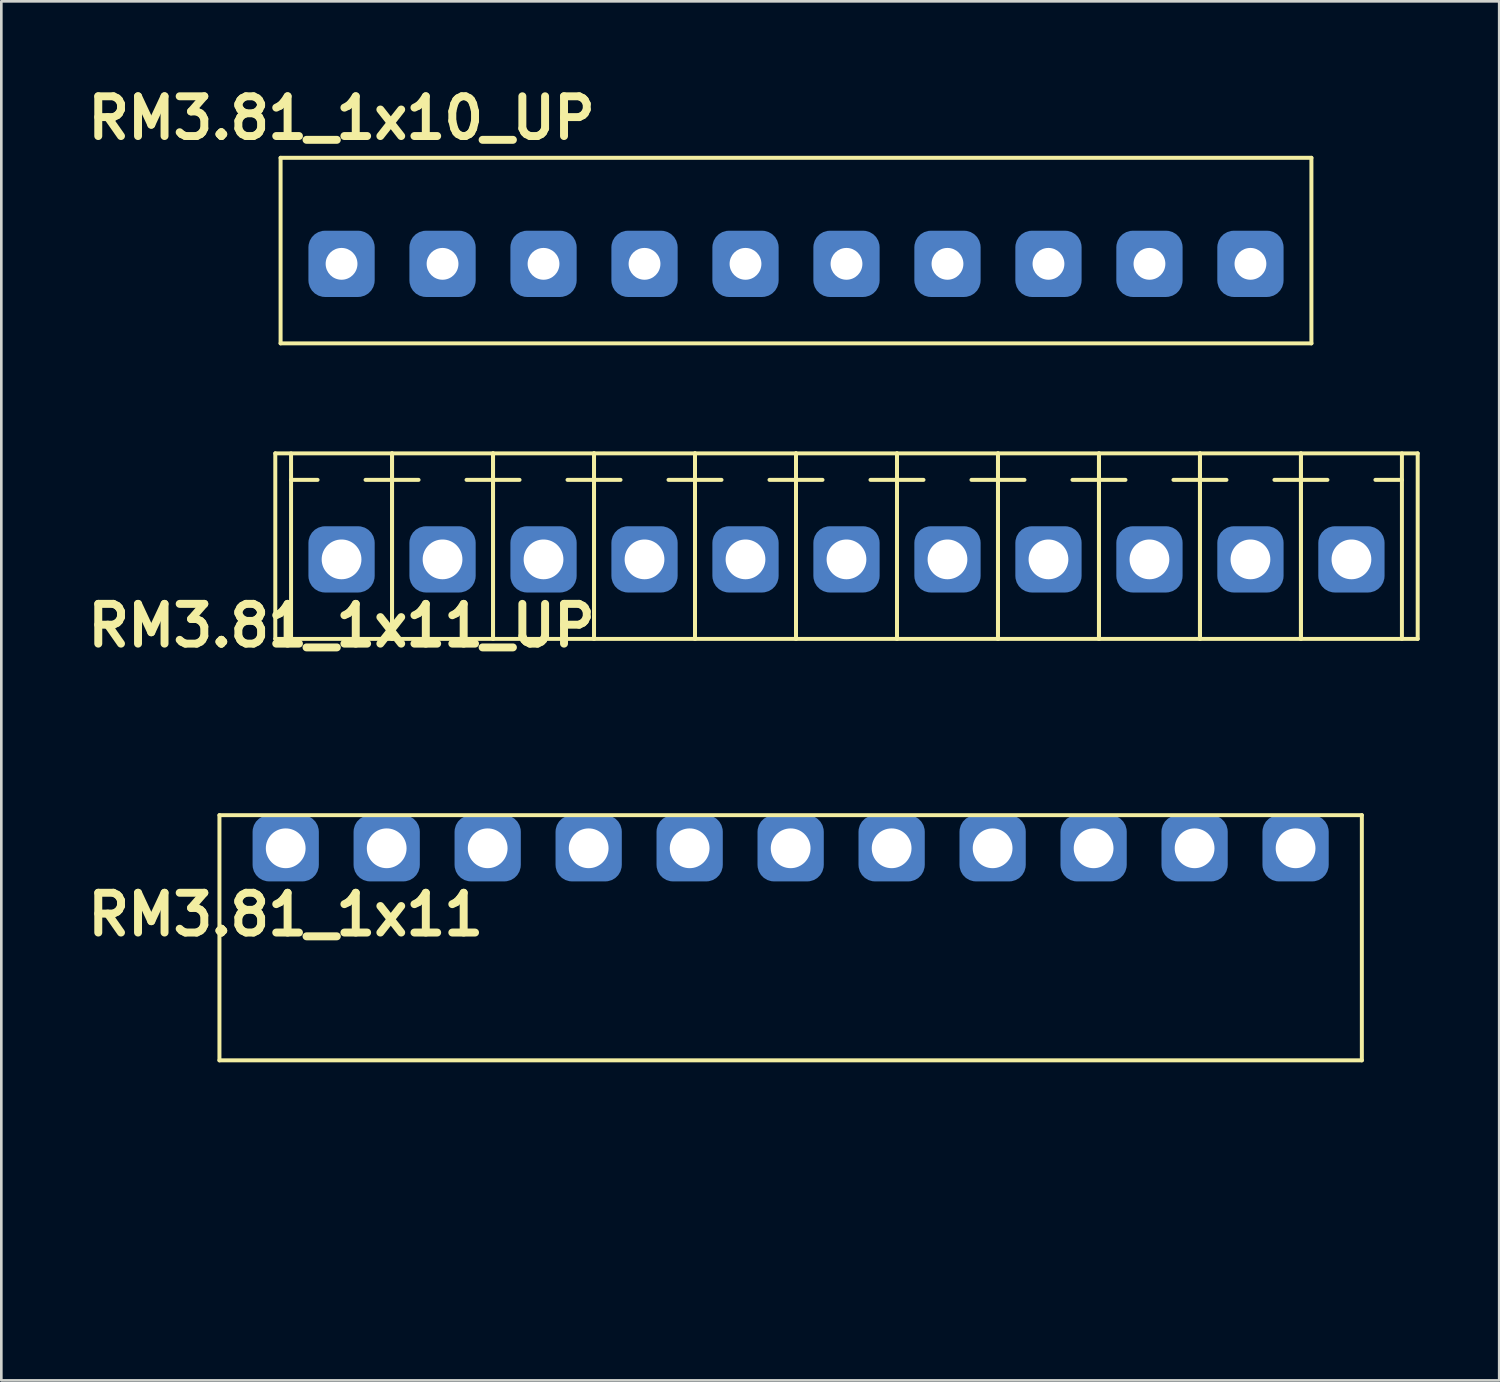
<source format=kicad_pcb>
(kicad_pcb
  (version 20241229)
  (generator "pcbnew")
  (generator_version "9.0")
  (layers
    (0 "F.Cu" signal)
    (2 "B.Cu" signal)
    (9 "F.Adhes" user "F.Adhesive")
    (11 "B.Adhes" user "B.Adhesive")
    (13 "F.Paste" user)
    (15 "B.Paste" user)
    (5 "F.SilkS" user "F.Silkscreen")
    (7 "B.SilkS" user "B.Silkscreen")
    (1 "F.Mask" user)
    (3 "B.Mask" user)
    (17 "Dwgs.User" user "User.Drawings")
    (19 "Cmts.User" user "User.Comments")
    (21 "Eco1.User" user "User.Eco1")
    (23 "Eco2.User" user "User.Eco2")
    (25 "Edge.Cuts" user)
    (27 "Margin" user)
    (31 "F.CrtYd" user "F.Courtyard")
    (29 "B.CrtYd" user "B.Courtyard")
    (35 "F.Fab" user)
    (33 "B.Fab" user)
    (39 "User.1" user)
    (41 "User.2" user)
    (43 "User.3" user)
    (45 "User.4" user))
  (footprint "RM3.81_1x11"
    (layer "F.Cu")
    (at 7.729 28.954)
    (property "Reference" "RM3.81_1x11" (at 0 2.5 0) (layer "F.SilkS") (effects (font (size 1.5 1.5) (thickness 0.3))))
    (attr through_hole)
    (fp_line (start -2.5 -1.25) (end -2.5 8) (stroke (width 0.15) (type solid)) (layer "F.SilkS"))
    (fp_line (start -2.5 -1.25) (end 40.6 -1.25) (stroke (width 0.15) (type solid)) (layer "F.SilkS"))
    (fp_line (start -2.5 8) (end 40.6 8) (stroke (width 0.15) (type solid)) (layer "F.SilkS"))
    (fp_line (start 40.6 -1.25) (end 40.6 8) (stroke (width 0.15) (type solid)) (layer "F.SilkS"))
    (fp_line (start -1.905 17) (end -1.905 8) (stroke (width 0.15) (type solid)) (layer "Margin"))
    (fp_line (start -1.905 17) (end 40.005 17) (stroke (width 0.15) (type solid)) (layer "Margin"))
    (fp_line (start -1.5 12) (end 1.5 12) (stroke (width 0.15) (type solid)) (layer "Margin"))
    (fp_line (start 2.31 12) (end 5.31 12) (stroke (width 0.15) (type solid)) (layer "Margin"))
    (fp_line (start 6.12 12) (end 9.12 12) (stroke (width 0.15) (type solid)) (layer "Margin"))
    (fp_line (start 9.93 12) (end 12.93 12) (stroke (width 0.15) (type solid)) (layer "Margin"))
    (fp_line (start 13.74 12) (end 16.74 12) (stroke (width 0.15) (type solid)) (layer "Margin"))
    (fp_line (start 17.55 12) (end 20.55 12) (stroke (width 0.15) (type solid)) (layer "Margin"))
    (fp_line (start 21.36 12) (end 24.36 12) (stroke (width 0.15) (type solid)) (layer "Margin"))
    (fp_line (start 25.17 12) (end 28.17 12) (stroke (width 0.15) (type solid)) (layer "Margin"))
    (fp_line (start 28.98 12) (end 31.98 12) (stroke (width 0.15) (type solid)) (layer "Margin"))
    (fp_line (start 32.79 12) (end 35.79 12) (stroke (width 0.15) (type solid)) (layer "Margin"))
    (fp_line (start 36.6 12) (end 39.6 12) (stroke (width 0.15) (type solid)) (layer "Margin"))
    (fp_line (start 40.005 17) (end 40.005 8) (stroke (width 0.15) (type solid)) (layer "Margin"))
    (fp_circle (center 0 12) (end 0 10.5) (stroke (width 0.15) (type solid)) (fill no) (layer "Margin"))
    (fp_circle (center 3.81 12) (end 3.81 10.5) (stroke (width 0.15) (type solid)) (fill no) (layer "Margin"))
    (fp_circle (center 7.62 12) (end 7.62 10.5) (stroke (width 0.15) (type solid)) (fill no) (layer "Margin"))
    (fp_circle (center 11.43 12) (end 11.43 10.5) (stroke (width 0.15) (type solid)) (fill no) (layer "Margin"))
    (fp_circle (center 15.24 12) (end 15.24 10.5) (stroke (width 0.15) (type solid)) (fill no) (layer "Margin"))
    (fp_circle (center 19.05 12) (end 19.05 10.5) (stroke (width 0.15) (type solid)) (fill no) (layer "Margin"))
    (fp_circle (center 22.86 12) (end 22.86 10.5) (stroke (width 0.15) (type solid)) (fill no) (layer "Margin"))
    (fp_circle (center 26.67 12) (end 26.67 10.5) (stroke (width 0.15) (type solid)) (fill no) (layer "Margin"))
    (fp_circle (center 30.48 12) (end 30.48 10.5) (stroke (width 0.15) (type solid)) (fill no) (layer "Margin"))
    (fp_circle (center 34.29 12) (end 34.29 10.5) (stroke (width 0.15) (type solid)) (fill no) (layer "Margin"))
    (fp_circle (center 38.1 12) (end 38.1 10.5) (stroke (width 0.15) (type solid)) (fill no) (layer "Margin"))
    (pad "1" thru_hole circle (at 0 0) (size 1.8 1.8) (drill 1.5) (layers "*.Cu" "*.Mask"))
    (pad "1" smd roundrect (at 0 0) (size 2.5 2.5) (layers "B.Cu" "B.Mask") (roundrect_rratio 0.25))
    (pad "2" thru_hole circle (at 3.81 0) (size 1.8 1.8) (drill 1.5) (layers "*.Cu" "*.Mask"))
    (pad "2" smd roundrect (at 3.81 0) (size 2.5 2.5) (layers "B.Cu" "B.Mask") (roundrect_rratio 0.25))
    (pad "3" thru_hole circle (at 7.62 0) (size 1.8 1.8) (drill 1.5) (layers "*.Cu" "*.Mask"))
    (pad "3" smd roundrect (at 7.62 0) (size 2.5 2.5) (layers "B.Cu" "B.Mask") (roundrect_rratio 0.25))
    (pad "4" thru_hole circle (at 11.43 0) (size 1.8 1.8) (drill 1.5) (layers "*.Cu" "*.Mask"))
    (pad "4" smd roundrect (at 11.43 0) (size 2.5 2.5) (layers "B.Cu" "B.Mask") (roundrect_rratio 0.25))
    (pad "5" thru_hole circle (at 15.24 0) (size 1.8 1.8) (drill 1.5) (layers "*.Cu" "*.Mask"))
    (pad "5" smd roundrect (at 15.24 0) (size 2.5 2.5) (layers "B.Cu" "B.Mask") (roundrect_rratio 0.25))
    (pad "6" thru_hole circle (at 19.05 0) (size 1.8 1.8) (drill 1.5) (layers "*.Cu" "*.Mask"))
    (pad "6" smd roundrect (at 19.05 0) (size 2.5 2.5) (layers "B.Cu" "B.Mask") (roundrect_rratio 0.25))
    (pad "7" thru_hole circle (at 22.86 0) (size 1.8 1.8) (drill 1.5) (layers "*.Cu" "*.Mask"))
    (pad "7" smd roundrect (at 22.86 0) (size 2.5 2.5) (layers "B.Cu" "B.Mask") (roundrect_rratio 0.25))
    (pad "8" thru_hole circle (at 26.67 0) (size 1.8 1.8) (drill 1.5) (layers "*.Cu" "*.Mask"))
    (pad "8" smd roundrect (at 26.67 0) (size 2.5 2.5) (layers "B.Cu" "B.Mask") (roundrect_rratio 0.25))
    (pad "9" thru_hole circle (at 30.48 0) (size 1.8 1.8) (drill 1.5) (layers "*.Cu" "*.Mask"))
    (pad "9" smd roundrect (at 30.48 0) (size 2.5 2.5) (layers "B.Cu" "B.Mask") (roundrect_rratio 0.25))
    (pad "10" thru_hole circle (at 34.29 0) (size 1.8 1.8) (drill 1.5) (layers "*.Cu" "*.Mask"))
    (pad "10" smd roundrect (at 34.29 0) (size 2.5 2.5) (layers "B.Cu" "B.Mask") (roundrect_rratio 0.25))
    (pad "11" thru_hole circle (at 38.1 0) (size 1.8 1.8) (drill 1.5) (layers "*.Cu" "*.Mask"))
    (pad "11" smd roundrect (at 38.1 0) (size 2.5 2.5) (layers "B.Cu" "B.Mask") (roundrect_rratio 0.25)))
  (footprint "RM3.81_1x10_UP"
    (layer "F.Cu")
    (at 9.836 6.904)
    (property "Reference" "RM3.81_1x10_UP" (at 0 -5.5 0) (layer "F.SilkS") (effects (font (size 1.5 1.5) (thickness 0.3))))
    (attr through_hole)
    (fp_line (start -2.3 -4) (end -2.3 3) (stroke (width 0.15) (type solid)) (layer "F.SilkS"))
    (fp_line (start -2.3 -4) (end 36.59 -4) (stroke (width 0.15) (type solid)) (layer "F.SilkS"))
    (fp_line (start -2.3 3) (end 36.59 3) (stroke (width 0.15) (type solid)) (layer "F.SilkS"))
    (fp_line (start 36.59 -4) (end 36.59 3) (stroke (width 0.15) (type solid)) (layer "F.SilkS"))
    (pad "0" thru_hole circle (at 0 0) (size 1.5 1.5) (drill 1.2) (layers "*.Cu" "*.Mask"))
    (pad "0" smd roundrect (at 0 0) (size 2.5 2.5) (layers "B.Cu" "B.Mask") (roundrect_rratio 0.25))
    (pad "1" thru_hole circle (at 3.81 0) (size 1.5 1.5) (drill 1.2) (layers "*.Cu" "*.Mask"))
    (pad "1" smd roundrect (at 3.81 0) (size 2.5 2.5) (layers "B.Cu" "B.Mask") (roundrect_rratio 0.25))
    (pad "2" thru_hole circle (at 7.62 0) (size 1.5 1.5) (drill 1.2) (layers "*.Cu" "*.Mask"))
    (pad "2" smd roundrect (at 7.62 0) (size 2.5 2.5) (layers "B.Cu" "B.Mask") (roundrect_rratio 0.25))
    (pad "3" thru_hole circle (at 11.43 0) (size 1.5 1.5) (drill 1.2) (layers "*.Cu" "*.Mask"))
    (pad "3" smd roundrect (at 11.43 0) (size 2.5 2.5) (layers "B.Cu" "B.Mask") (roundrect_rratio 0.25))
    (pad "4" thru_hole circle (at 15.24 0) (size 1.5 1.5) (drill 1.2) (layers "*.Cu" "*.Mask"))
    (pad "4" smd roundrect (at 15.24 0) (size 2.5 2.5) (layers "B.Cu" "B.Mask") (roundrect_rratio 0.25))
    (pad "5" thru_hole circle (at 19.05 0) (size 1.5 1.5) (drill 1.2) (layers "*.Cu" "*.Mask"))
    (pad "5" smd roundrect (at 19.05 0) (size 2.5 2.5) (layers "B.Cu" "B.Mask") (roundrect_rratio 0.25))
    (pad "6" thru_hole circle (at 22.86 0) (size 1.5 1.5) (drill 1.2) (layers "*.Cu" "*.Mask"))
    (pad "6" smd roundrect (at 22.86 0) (size 2.5 2.5) (layers "B.Cu" "B.Mask") (roundrect_rratio 0.25))
    (pad "7" thru_hole circle (at 26.67 0) (size 1.5 1.5) (drill 1.2) (layers "*.Cu" "*.Mask"))
    (pad "7" smd roundrect (at 26.67 0) (size 2.5 2.5) (layers "B.Cu" "B.Mask") (roundrect_rratio 0.25))
    (pad "8" thru_hole circle (at 30.48 0) (size 1.5 1.5) (drill 1.2) (layers "*.Cu" "*.Mask"))
    (pad "8" smd roundrect (at 30.48 0) (size 2.5 2.5) (layers "B.Cu" "B.Mask") (roundrect_rratio 0.25))
    (pad "9" thru_hole circle (at 34.29 0) (size 1.5 1.5) (drill 1.2) (layers "*.Cu" "*.Mask"))
    (pad "9" smd roundrect (at 34.29 0) (size 2.5 2.5) (layers "B.Cu" "B.Mask") (roundrect_rratio 0.25)))
  (footprint "RM3.81_1x11_UP"
    (layer "F.Cu")
    (at 9.836 18.054)
    (property "Reference" "RM3.81_1x11_UP" (at 0 2.5 0) (layer "F.SilkS") (effects (font (size 1.5 1.5) (thickness 0.3))))
    (attr through_hole)
    (fp_line (start -2.5 -4) (end -2.5 3) (stroke (width 0.15) (type solid)) (layer "F.SilkS"))
    (fp_line (start -2.5 3) (end 40.6 3) (stroke (width 0.15) (type solid)) (layer "F.SilkS"))
    (fp_line (start -1.905 -3) (end -0.905 -3) (stroke (width 0.15) (type solid)) (layer "F.SilkS"))
    (fp_line (start -1.905 3) (end -1.905 -4) (stroke (width 0.15) (type solid)) (layer "F.SilkS"))
    (fp_line (start 1.905 -3) (end 0.905 -3) (stroke (width 0.15) (type solid)) (layer "F.SilkS"))
    (fp_line (start 1.905 -3) (end 2.905 -3) (stroke (width 0.15) (type solid)) (layer "F.SilkS"))
    (fp_line (start 1.905 3) (end 1.905 -4) (stroke (width 0.15) (type solid)) (layer "F.SilkS"))
    (fp_line (start 1.905 3) (end 1.905 -4) (stroke (width 0.15) (type solid)) (layer "F.SilkS"))
    (fp_line (start 5.715 -3) (end 4.715 -3) (stroke (width 0.15) (type solid)) (layer "F.SilkS"))
    (fp_line (start 5.715 -3) (end 6.715 -3) (stroke (width 0.15) (type solid)) (layer "F.SilkS"))
    (fp_line (start 5.715 3) (end 5.715 -4) (stroke (width 0.15) (type solid)) (layer "F.SilkS"))
    (fp_line (start 5.715 3) (end 5.715 -4) (stroke (width 0.15) (type solid)) (layer "F.SilkS"))
    (fp_line (start 9.525 -3) (end 8.525 -3) (stroke (width 0.15) (type solid)) (layer "F.SilkS"))
    (fp_line (start 9.525 -3) (end 10.525 -3) (stroke (width 0.15) (type solid)) (layer "F.SilkS"))
    (fp_line (start 9.525 3) (end 9.525 -4) (stroke (width 0.15) (type solid)) (layer "F.SilkS"))
    (fp_line (start 9.525 3) (end 9.525 -4) (stroke (width 0.15) (type solid)) (layer "F.SilkS"))
    (fp_line (start 13.335 -3) (end 12.335 -3) (stroke (width 0.15) (type solid)) (layer "F.SilkS"))
    (fp_line (start 13.335 -3) (end 14.335 -3) (stroke (width 0.15) (type solid)) (layer "F.SilkS"))
    (fp_line (start 13.335 3) (end 13.335 -4) (stroke (width 0.15) (type solid)) (layer "F.SilkS"))
    (fp_line (start 13.335 3) (end 13.335 -4) (stroke (width 0.15) (type solid)) (layer "F.SilkS"))
    (fp_line (start 17.145 -3) (end 16.145 -3) (stroke (width 0.15) (type solid)) (layer "F.SilkS"))
    (fp_line (start 17.145 -3) (end 18.145 -3) (stroke (width 0.15) (type solid)) (layer "F.SilkS"))
    (fp_line (start 17.145 3) (end 17.145 -4) (stroke (width 0.15) (type solid)) (layer "F.SilkS"))
    (fp_line (start 17.145 3) (end 17.145 -4) (stroke (width 0.15) (type solid)) (layer "F.SilkS"))
    (fp_line (start 20.955 -3) (end 19.955 -3) (stroke (width 0.15) (type solid)) (layer "F.SilkS"))
    (fp_line (start 20.955 -3) (end 21.955 -3) (stroke (width 0.15) (type solid)) (layer "F.SilkS"))
    (fp_line (start 20.955 3) (end 20.955 -4) (stroke (width 0.15) (type solid)) (layer "F.SilkS"))
    (fp_line (start 20.955 3) (end 20.955 -4) (stroke (width 0.15) (type solid)) (layer "F.SilkS"))
    (fp_line (start 24.765 -3) (end 23.765 -3) (stroke (width 0.15) (type solid)) (layer "F.SilkS"))
    (fp_line (start 24.765 -3) (end 25.765 -3) (stroke (width 0.15) (type solid)) (layer "F.SilkS"))
    (fp_line (start 24.765 3) (end 24.765 -4) (stroke (width 0.15) (type solid)) (layer "F.SilkS"))
    (fp_line (start 24.765 3) (end 24.765 -4) (stroke (width 0.15) (type solid)) (layer "F.SilkS"))
    (fp_line (start 28.575 -3) (end 27.575 -3) (stroke (width 0.15) (type solid)) (layer "F.SilkS"))
    (fp_line (start 28.575 -3) (end 29.575 -3) (stroke (width 0.15) (type solid)) (layer "F.SilkS"))
    (fp_line (start 28.575 3) (end 28.575 -4) (stroke (width 0.15) (type solid)) (layer "F.SilkS"))
    (fp_line (start 28.575 3) (end 28.575 -4) (stroke (width 0.15) (type solid)) (layer "F.SilkS"))
    (fp_line (start 32.385 -3) (end 31.385 -3) (stroke (width 0.15) (type solid)) (layer "F.SilkS"))
    (fp_line (start 32.385 -3) (end 33.385 -3) (stroke (width 0.15) (type solid)) (layer "F.SilkS"))
    (fp_line (start 32.385 3) (end 32.385 -4) (stroke (width 0.15) (type solid)) (layer "F.SilkS"))
    (fp_line (start 32.385 3) (end 32.385 -4) (stroke (width 0.15) (type solid)) (layer "F.SilkS"))
    (fp_line (start 36.195 -3) (end 35.195 -3) (stroke (width 0.15) (type solid)) (layer "F.SilkS"))
    (fp_line (start 36.195 -3) (end 37.195 -3) (stroke (width 0.15) (type solid)) (layer "F.SilkS"))
    (fp_line (start 36.195 3) (end 36.195 -4) (stroke (width 0.15) (type solid)) (layer "F.SilkS"))
    (fp_line (start 36.195 3) (end 36.195 -4) (stroke (width 0.15) (type solid)) (layer "F.SilkS"))
    (fp_line (start 40.005 -3) (end 39.005 -3) (stroke (width 0.15) (type solid)) (layer "F.SilkS"))
    (fp_line (start 40.005 3) (end 40.005 -4) (stroke (width 0.15) (type solid)) (layer "F.SilkS"))
    (fp_line (start 40.6 -4) (end -2.5 -4) (stroke (width 0.15) (type solid)) (layer "F.SilkS"))
    (fp_line (start 40.6 3) (end 40.6 -4) (stroke (width 0.15) (type solid)) (layer "F.SilkS"))
    (fp_line (start -1.905 -5) (end -1.905 6.5) (stroke (width 0.15) (type solid)) (layer "Margin"))
    (fp_line (start -1.905 6.5) (end 40.005 6.5) (stroke (width 0.15) (type solid)) (layer "Margin"))
    (fp_line (start -1 1.5) (end -1 4) (stroke (width 0.15) (type solid)) (layer "Margin"))
    (fp_line (start -1 4) (end 1 4) (stroke (width 0.15) (type solid)) (layer "Margin"))
    (fp_line (start 1 1.5) (end -1 1.5) (stroke (width 0.15) (type solid)) (layer "Margin"))
    (fp_line (start 1 4) (end 1 1.5) (stroke (width 0.15) (type solid)) (layer "Margin"))
    (fp_line (start 2.81 1.5) (end 2.81 4) (stroke (width 0.15) (type solid)) (layer "Margin"))
    (fp_line (start 2.81 4) (end 4.81 4) (stroke (width 0.15) (type solid)) (layer "Margin"))
    (fp_line (start 4.81 1.5) (end 2.81 1.5) (stroke (width 0.15) (type solid)) (layer "Margin"))
    (fp_line (start 4.81 4) (end 4.81 1.5) (stroke (width 0.15) (type solid)) (layer "Margin"))
    (fp_line (start 6.62 1.5) (end 6.62 4) (stroke (width 0.15) (type solid)) (layer "Margin"))
    (fp_line (start 6.62 4) (end 8.62 4) (stroke (width 0.15) (type solid)) (layer "Margin"))
    (fp_line (start 8.62 1.5) (end 6.62 1.5) (stroke (width 0.15) (type solid)) (layer "Margin"))
    (fp_line (start 8.62 4) (end 8.62 1.5) (stroke (width 0.15) (type solid)) (layer "Margin"))
    (fp_line (start 10.43 1.5) (end 10.43 4) (stroke (width 0.15) (type solid)) (layer "Margin"))
    (fp_line (start 10.43 4) (end 12.43 4) (stroke (width 0.15) (type solid)) (layer "Margin"))
    (fp_line (start 12.43 1.5) (end 10.43 1.5) (stroke (width 0.15) (type solid)) (layer "Margin"))
    (fp_line (start 12.43 4) (end 12.43 1.5) (stroke (width 0.15) (type solid)) (layer "Margin"))
    (fp_line (start 14.24 1.5) (end 14.24 4) (stroke (width 0.15) (type solid)) (layer "Margin"))
    (fp_line (start 14.24 4) (end 16.24 4) (stroke (width 0.15) (type solid)) (layer "Margin"))
    (fp_line (start 16.24 1.5) (end 14.24 1.5) (stroke (width 0.15) (type solid)) (layer "Margin"))
    (fp_line (start 16.24 4) (end 16.24 1.5) (stroke (width 0.15) (type solid)) (layer "Margin"))
    (fp_line (start 18.05 1.5) (end 18.05 4) (stroke (width 0.15) (type solid)) (layer "Margin"))
    (fp_line (start 18.05 4) (end 20.05 4) (stroke (width 0.15) (type solid)) (layer "Margin"))
    (fp_line (start 20.05 1.5) (end 18.05 1.5) (stroke (width 0.15) (type solid)) (layer "Margin"))
    (fp_line (start 20.05 4) (end 20.05 1.5) (stroke (width 0.15) (type solid)) (layer "Margin"))
    (fp_line (start 21.86 1.5) (end 21.86 4) (stroke (width 0.15) (type solid)) (layer "Margin"))
    (fp_line (start 21.86 4) (end 23.86 4) (stroke (width 0.15) (type solid)) (layer "Margin"))
    (fp_line (start 23.86 1.5) (end 21.86 1.5) (stroke (width 0.15) (type solid)) (layer "Margin"))
    (fp_line (start 23.86 4) (end 23.86 1.5) (stroke (width 0.15) (type solid)) (layer "Margin"))
    (fp_line (start 25.67 1.5) (end 25.67 4) (stroke (width 0.15) (type solid)) (layer "Margin"))
    (fp_line (start 25.67 4) (end 27.67 4) (stroke (width 0.15) (type solid)) (layer "Margin"))
    (fp_line (start 27.67 1.5) (end 25.67 1.5) (stroke (width 0.15) (type solid)) (layer "Margin"))
    (fp_line (start 27.67 4) (end 27.67 1.5) (stroke (width 0.15) (type solid)) (layer "Margin"))
    (fp_line (start 29.48 1.5) (end 29.48 4) (stroke (width 0.15) (type solid)) (layer "Margin"))
    (fp_line (start 29.48 4) (end 31.48 4) (stroke (width 0.15) (type solid)) (layer "Margin"))
    (fp_line (start 31.48 1.5) (end 29.48 1.5) (stroke (width 0.15) (type solid)) (layer "Margin"))
    (fp_line (start 31.48 4) (end 31.48 1.5) (stroke (width 0.15) (type solid)) (layer "Margin"))
    (fp_line (start 33.29 1.5) (end 33.29 4) (stroke (width 0.15) (type solid)) (layer "Margin"))
    (fp_line (start 33.29 4) (end 35.29 4) (stroke (width 0.15) (type solid)) (layer "Margin"))
    (fp_line (start 35.29 1.5) (end 33.29 1.5) (stroke (width 0.15) (type solid)) (layer "Margin"))
    (fp_line (start 35.29 4) (end 35.29 1.5) (stroke (width 0.15) (type solid)) (layer "Margin"))
    (fp_line (start 37.1 1.5) (end 37.1 4) (stroke (width 0.15) (type solid)) (layer "Margin"))
    (fp_line (start 37.1 4) (end 39.1 4) (stroke (width 0.15) (type solid)) (layer "Margin"))
    (fp_line (start 39.1 1.5) (end 37.1 1.5) (stroke (width 0.15) (type solid)) (layer "Margin"))
    (fp_line (start 39.1 4) (end 39.1 1.5) (stroke (width 0.15) (type solid)) (layer "Margin"))
    (fp_line (start 40.005 -5) (end -1.905 -5) (stroke (width 0.15) (type solid)) (layer "Margin"))
    (fp_line (start 40.005 6.5) (end 40.005 -5) (stroke (width 0.15) (type solid)) (layer "Margin"))
    (pad "1" thru_hole circle (at 0 0) (size 1.8 1.8) (drill 1.5) (layers "*.Cu" "*.Mask"))
    (pad "1" smd roundrect (at 0 0) (size 2.5 2.5) (layers "B.Cu" "B.Mask") (roundrect_rratio 0.25))
    (pad "2" thru_hole circle (at 3.81 0) (size 1.8 1.8) (drill 1.5) (layers "*.Cu" "*.Mask"))
    (pad "2" smd roundrect (at 3.81 0) (size 2.5 2.5) (layers "B.Cu" "B.Mask") (roundrect_rratio 0.25))
    (pad "3" thru_hole circle (at 7.62 0) (size 1.8 1.8) (drill 1.5) (layers "*.Cu" "*.Mask"))
    (pad "3" smd roundrect (at 7.62 0) (size 2.5 2.5) (layers "B.Cu" "B.Mask") (roundrect_rratio 0.25))
    (pad "4" thru_hole circle (at 11.43 0) (size 1.8 1.8) (drill 1.5) (layers "*.Cu" "*.Mask"))
    (pad "4" smd roundrect (at 11.43 0) (size 2.5 2.5) (layers "B.Cu" "B.Mask") (roundrect_rratio 0.25))
    (pad "5" thru_hole circle (at 15.24 0) (size 1.8 1.8) (drill 1.5) (layers "*.Cu" "*.Mask"))
    (pad "5" smd roundrect (at 15.24 0) (size 2.5 2.5) (layers "B.Cu" "B.Mask") (roundrect_rratio 0.25))
    (pad "6" thru_hole circle (at 19.05 0) (size 1.8 1.8) (drill 1.5) (layers "*.Cu" "*.Mask"))
    (pad "6" smd roundrect (at 19.05 0) (size 2.5 2.5) (layers "B.Cu" "B.Mask") (roundrect_rratio 0.25))
    (pad "7" thru_hole circle (at 22.86 0) (size 1.8 1.8) (drill 1.5) (layers "*.Cu" "*.Mask"))
    (pad "7" smd roundrect (at 22.86 0) (size 2.5 2.5) (layers "B.Cu" "B.Mask") (roundrect_rratio 0.25))
    (pad "8" thru_hole circle (at 26.67 0) (size 1.8 1.8) (drill 1.5) (layers "*.Cu" "*.Mask"))
    (pad "8" smd roundrect (at 26.67 0) (size 2.5 2.5) (layers "B.Cu" "B.Mask") (roundrect_rratio 0.25))
    (pad "9" thru_hole circle (at 30.48 0) (size 1.8 1.8) (drill 1.5) (layers "*.Cu" "*.Mask"))
    (pad "9" smd roundrect (at 30.48 0) (size 2.5 2.5) (layers "B.Cu" "B.Mask") (roundrect_rratio 0.25))
    (pad "10" thru_hole circle (at 34.29 0) (size 1.8 1.8) (drill 1.5) (layers "*.Cu" "*.Mask"))
    (pad "10" smd roundrect (at 34.29 0) (size 2.5 2.5) (layers "B.Cu" "B.Mask") (roundrect_rratio 0.25))
    (pad "11" thru_hole circle (at 38.1 0) (size 1.8 1.8) (drill 1.5) (layers "*.Cu" "*.Mask"))
    (pad "11" smd roundrect (at 38.1 0) (size 2.5 2.5) (layers "B.Cu" "B.Mask") (roundrect_rratio 0.25)))
  (gr_rect
    (start -3 -3)
    (end 53.511 49.029)
    (stroke (width 0.1) (type default))
    (fill no)
    (layer "Edge.Cuts")))
</source>
